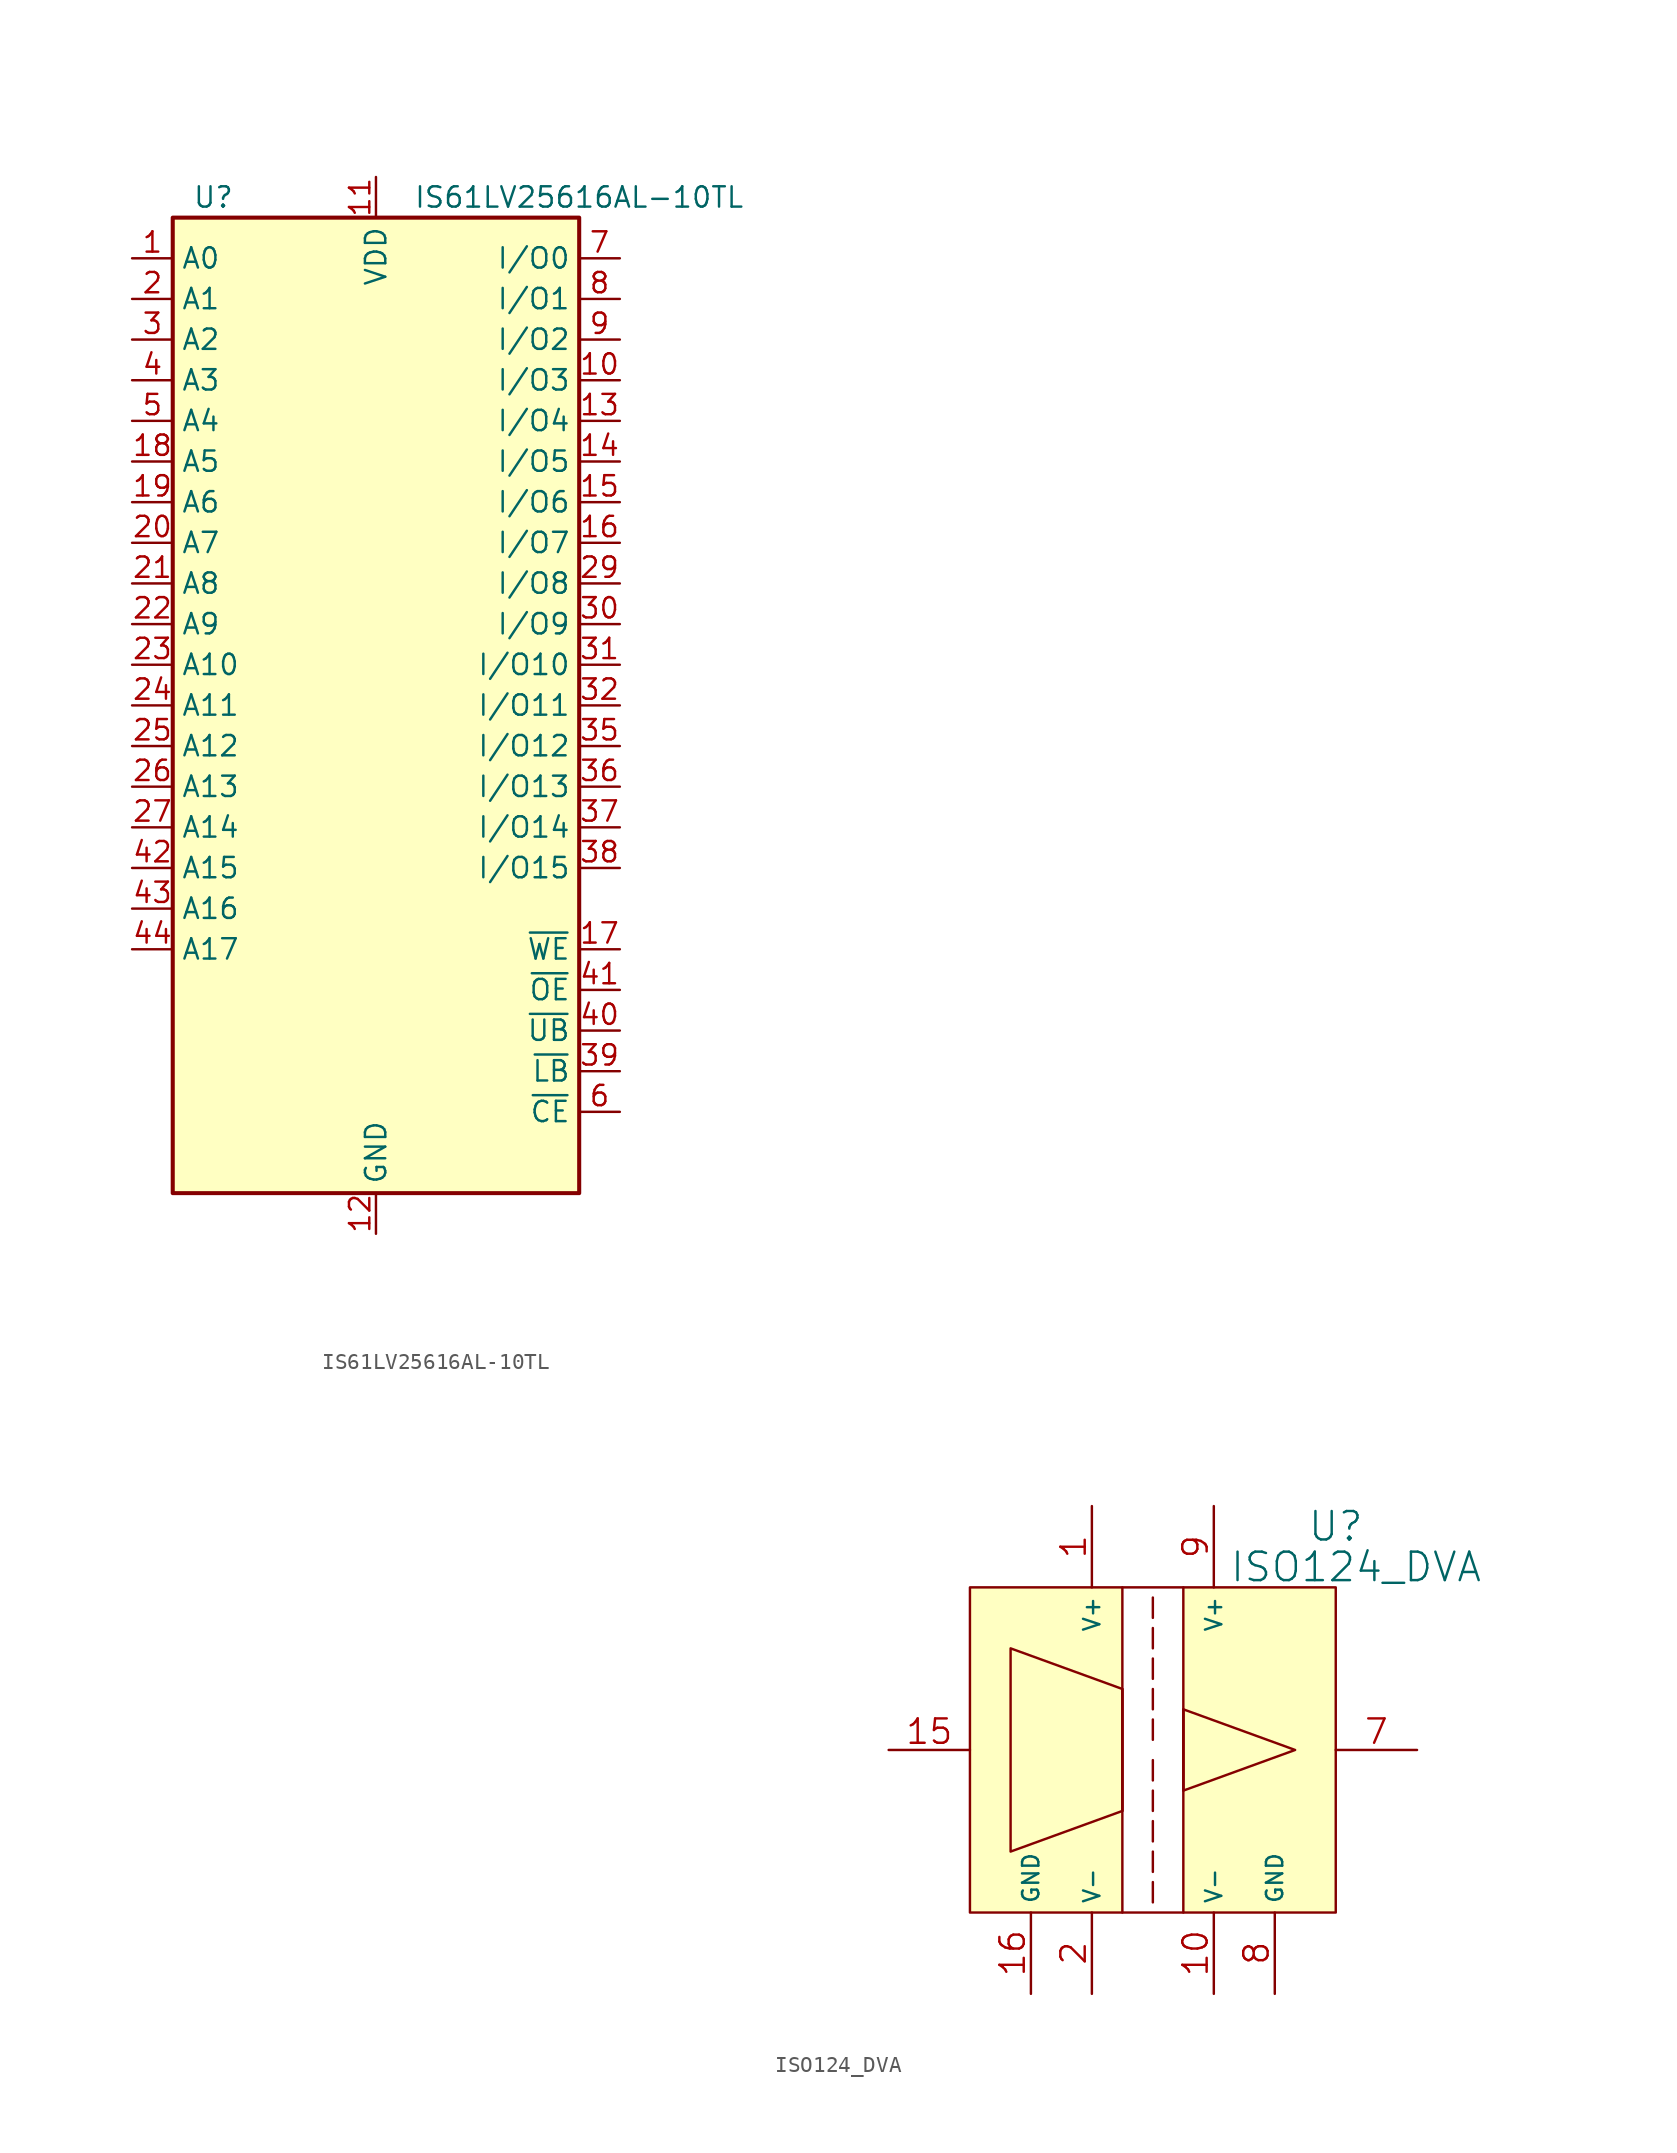
<source format=kicad_sym>
(kicad_symbol_lib
  (version 20220914)
  (generator kicad_symbol_editor)
  (symbol "IS61LV25616AL-10TL"
    (property "Reference" "U"
      (at -10.16 31.75 0)
      (effects (font (size 1.27 1.27))))
    (property "Value" "IS61LV25616AL-10TL"
      (at 12.7 31.75 0)
      (effects (font (size 1.27 1.27))))
    (symbol "IS61LV25616AL-10TL_0_1"
      (rectangle (start -12.7 30.48) (end 12.7 -30.48) (stroke (width 0.254) (type default)) (fill (type background))))
    (symbol "IS61LV25616AL-10TL_1_1"
      (pin input line (at -15.24 27.94 0) (length 2.54) (name "A0" (effects (font (size 1.27 1.27)))) (number "1" (effects (font (size 1.27 1.27)))))
      (pin bidirectional line (at 15.24 20.32 180) (length 2.54) (name "I/O3" (effects (font (size 1.27 1.27)))) (number "10" (effects (font (size 1.27 1.27)))))
      (pin power_in line (at 0 33.02 270) (length 2.54) (name "VDD" (effects (font (size 1.27 1.27)))) (number "11" (effects (font (size 1.27 1.27)))))
      (pin power_in line (at 0 -33.02 90) (length 2.54) (name "GND" (effects (font (size 1.27 1.27)))) (number "12" (effects (font (size 1.27 1.27)))))
      (pin bidirectional line (at 15.24 17.78 180) (length 2.54) (name "I/O4" (effects (font (size 1.27 1.27)))) (number "13" (effects (font (size 1.27 1.27)))))
      (pin bidirectional line (at 15.24 15.24 180) (length 2.54) (name "I/O5" (effects (font (size 1.27 1.27)))) (number "14" (effects (font (size 1.27 1.27)))))
      (pin bidirectional line (at 15.24 12.7 180) (length 2.54) (name "I/O6" (effects (font (size 1.27 1.27)))) (number "15" (effects (font (size 1.27 1.27)))))
      (pin bidirectional line (at 15.24 10.16 180) (length 2.54) (name "I/O7" (effects (font (size 1.27 1.27)))) (number "16" (effects (font (size 1.27 1.27)))))
      (pin input line (at 15.24 -15.24 180) (length 2.54) (name "~{WE}" (effects (font (size 1.27 1.27)))) (number "17" (effects (font (size 1.27 1.27)))))
      (pin input line (at -15.24 15.24 0) (length 2.54) (name "A5" (effects (font (size 1.27 1.27)))) (number "18" (effects (font (size 1.27 1.27)))))
      (pin input line (at -15.24 12.7 0) (length 2.54) (name "A6" (effects (font (size 1.27 1.27)))) (number "19" (effects (font (size 1.27 1.27)))))
      (pin input line (at -15.24 25.4 0) (length 2.54) (name "A1" (effects (font (size 1.27 1.27)))) (number "2" (effects (font (size 1.27 1.27)))))
      (pin input line (at -15.24 10.16 0) (length 2.54) (name "A7" (effects (font (size 1.27 1.27)))) (number "20" (effects (font (size 1.27 1.27)))))
      (pin input line (at -15.24 7.62 0) (length 2.54) (name "A8" (effects (font (size 1.27 1.27)))) (number "21" (effects (font (size 1.27 1.27)))))
      (pin input line (at -15.24 5.08 0) (length 2.54) (name "A9" (effects (font (size 1.27 1.27)))) (number "22" (effects (font (size 1.27 1.27)))))
      (pin input line (at -15.24 2.54 0) (length 2.54) (name "A10" (effects (font (size 1.27 1.27)))) (number "23" (effects (font (size 1.27 1.27)))))
      (pin input line (at -15.24 0 0) (length 2.54) (name "A11" (effects (font (size 1.27 1.27)))) (number "24" (effects (font (size 1.27 1.27)))))
      (pin input line (at -15.24 -2.54 0) (length 2.54) (name "A12" (effects (font (size 1.27 1.27)))) (number "25" (effects (font (size 1.27 1.27)))))
      (pin input line (at -15.24 -5.08 0) (length 2.54) (name "A13" (effects (font (size 1.27 1.27)))) (number "26" (effects (font (size 1.27 1.27)))))
      (pin input line (at -15.24 -7.62 0) (length 2.54) (name "A14" (effects (font (size 1.27 1.27)))) (number "27" (effects (font (size 1.27 1.27)))))
      (pin no_connect line (at -12.7 -25.4 0) (length 2.54) hide (name "NC" (effects (font (size 1.27 1.27)))) (number "28" (effects (font (size 1.27 1.27)))))
      (pin bidirectional line (at 15.24 7.62 180) (length 2.54) (name "I/O8" (effects (font (size 1.27 1.27)))) (number "29" (effects (font (size 1.27 1.27)))))
      (pin input line (at -15.24 22.86 0) (length 2.54) (name "A2" (effects (font (size 1.27 1.27)))) (number "3" (effects (font (size 1.27 1.27)))))
      (pin bidirectional line (at 15.24 5.08 180) (length 2.54) (name "I/O9" (effects (font (size 1.27 1.27)))) (number "30" (effects (font (size 1.27 1.27)))))
      (pin bidirectional line (at 15.24 2.54 180) (length 2.54) (name "I/O10" (effects (font (size 1.27 1.27)))) (number "31" (effects (font (size 1.27 1.27)))))
      (pin bidirectional line (at 15.24 0 180) (length 2.54) (name "I/O11" (effects (font (size 1.27 1.27)))) (number "32" (effects (font (size 1.27 1.27)))))
      (pin passive line (at 0 33.02 270) (length 2.54) hide (name "VDD" (effects (font (size 1.27 1.27)))) (number "33" (effects (font (size 1.27 1.27)))))
      (pin passive line (at 0 -33.02 90) (length 2.54) hide (name "GND" (effects (font (size 1.27 1.27)))) (number "34" (effects (font (size 1.27 1.27)))))
      (pin bidirectional line (at 15.24 -2.54 180) (length 2.54) (name "I/O12" (effects (font (size 1.27 1.27)))) (number "35" (effects (font (size 1.27 1.27)))))
      (pin bidirectional line (at 15.24 -5.08 180) (length 2.54) (name "I/O13" (effects (font (size 1.27 1.27)))) (number "36" (effects (font (size 1.27 1.27)))))
      (pin bidirectional line (at 15.24 -7.62 180) (length 2.54) (name "I/O14" (effects (font (size 1.27 1.27)))) (number "37" (effects (font (size 1.27 1.27)))))
      (pin bidirectional line (at 15.24 -10.16 180) (length 2.54) (name "I/O15" (effects (font (size 1.27 1.27)))) (number "38" (effects (font (size 1.27 1.27)))))
      (pin input line (at 15.24 -22.86 180) (length 2.54) (name "~{LB}" (effects (font (size 1.27 1.27)))) (number "39" (effects (font (size 1.27 1.27)))))
      (pin input line (at -15.24 20.32 0) (length 2.54) (name "A3" (effects (font (size 1.27 1.27)))) (number "4" (effects (font (size 1.27 1.27)))))
      (pin input line (at 15.24 -20.32 180) (length 2.54) (name "~{UB}" (effects (font (size 1.27 1.27)))) (number "40" (effects (font (size 1.27 1.27)))))
      (pin input line (at 15.24 -17.78 180) (length 2.54) (name "~{OE}" (effects (font (size 1.27 1.27)))) (number "41" (effects (font (size 1.27 1.27)))))
      (pin input line (at -15.24 -10.16 0) (length 2.54) (name "A15" (effects (font (size 1.27 1.27)))) (number "42" (effects (font (size 1.27 1.27)))))
      (pin input line (at -15.24 -12.7 0) (length 2.54) (name "A16" (effects (font (size 1.27 1.27)))) (number "43" (effects (font (size 1.27 1.27)))))
      (pin input line (at -15.24 -15.24 0) (length 2.54) (name "A17" (effects (font (size 1.27 1.27)))) (number "44" (effects (font (size 1.27 1.27)))))
      (pin input line (at -15.24 17.78 0) (length 2.54) (name "A4" (effects (font (size 1.27 1.27)))) (number "5" (effects (font (size 1.27 1.27)))))
      (pin input line (at 15.24 -25.4 180) (length 2.54) (name "~{CE}" (effects (font (size 1.27 1.27)))) (number "6" (effects (font (size 1.27 1.27)))))
      (pin bidirectional line (at 15.24 27.94 180) (length 2.54) (name "I/O0" (effects (font (size 1.27 1.27)))) (number "7" (effects (font (size 1.27 1.27)))))
      (pin bidirectional line (at 15.24 25.4 180) (length 2.54) (name "I/O1" (effects (font (size 1.27 1.27)))) (number "8" (effects (font (size 1.27 1.27)))))
      (pin bidirectional line (at 15.24 22.86 180) (length 2.54) (name "I/O2" (effects (font (size 1.27 1.27)))) (number "9" (effects (font (size 1.27 1.27)))))))
  (symbol "ISO124_DVA"
    (property "Reference" "U"
      (at 11.43 13.97 0)
      (effects (font (size 1.778 1.778))))
    (property "Value" "ISO124_DVA"
      (at 12.7 11.43 0)
      (effects (font (size 1.778 1.778))))
    (property "Footprint" ""
      (at -59.69 -6.35 0)
      (effects (font (size 1.524 1.524))))
    (property "Datasheet" ""
      (at -59.69 -6.35 0)
      (effects (font (size 1.524 1.524))))
    (symbol "ISO124_DVA_0_1"
      (rectangle (start -11.43 10.16) (end -1.905 -10.16) (stroke (width 0) (type default)) (fill (type background)))
      (polyline (pts (xy -1.905 -10.16) (xy 1.905 -10.16)) (stroke (width 0) (type default)) (fill (type none)))
      (polyline (pts (xy -1.905 3.81) (xy -1.905 -3.81)) (stroke (width 0) (type default)) (fill (type none)))
      (polyline (pts (xy -1.905 10.16) (xy 1.905 10.16)) (stroke (width 0) (type default)) (fill (type none)))
      (polyline (pts (xy 0 -8.255) (xy 0 -9.525)) (stroke (width 0) (type default)) (fill (type none)))
      (polyline (pts (xy 0 -6.35) (xy 0 -7.62)) (stroke (width 0) (type default)) (fill (type none)))
      (polyline (pts (xy 0 -4.445) (xy 0 -5.715)) (stroke (width 0) (type default)) (fill (type none)))
      (polyline (pts (xy 0 -2.54) (xy 0 -3.81)) (stroke (width 0) (type default)) (fill (type none)))
      (polyline (pts (xy 0 -0.635) (xy 0 -1.905)) (stroke (width 0) (type default)) (fill (type none)))
      (polyline (pts (xy 0 1.905) (xy 0 0.635)) (stroke (width 0) (type default)) (fill (type none)))
      (polyline (pts (xy 0 3.81) (xy 0 2.54)) (stroke (width 0) (type default)) (fill (type none)))
      (polyline (pts (xy 0 5.715) (xy 0 4.445)) (stroke (width 0) (type default)) (fill (type none)))
      (polyline (pts (xy 0 7.62) (xy 0 6.35)) (stroke (width 0) (type default)) (fill (type none)))
      (polyline (pts (xy 0 9.525) (xy 0 8.255)) (stroke (width 0) (type default)) (fill (type none)))
      (polyline (pts (xy 1.905 2.54) (xy 1.905 -2.54)) (stroke (width 0) (type default)) (fill (type none)))
      (polyline (pts (xy 1.905 2.54) (xy 8.89 0) (xy 1.905 -2.54) (xy 1.905 2.54)) (stroke (width 0) (type default)) (fill (type none)))
      (polyline (pts (xy -8.89 6.35) (xy -1.905 3.81) (xy -1.905 -3.81) (xy -8.89 -6.35) (xy -8.89 6.35)) (stroke (width 0) (type default)) (fill (type none)))
      (rectangle (start 1.905 10.16) (end 11.43 -10.16) (stroke (width 0) (type default)) (fill (type background))))
    (symbol "ISO124_DVA_1_1"
      (pin passive line (at -3.81 15.24 270) (length 5.08) (name "V+" (effects (font (size 1.016 1.016)))) (number "1" (effects (font (size 1.524 1.524)))))
      (pin passive line (at 3.81 -15.24 90) (length 5.08) (name "V-" (effects (font (size 1.016 1.016)))) (number "10" (effects (font (size 1.524 1.524)))))
      (pin input line (at -16.51 0 0) (length 5.08) (name "~" (effects (font (size 1.016 1.016)))) (number "15" (effects (font (size 1.524 1.524)))))
      (pin passive line (at -7.62 -15.24 90) (length 5.08) (name "GND" (effects (font (size 1.016 1.016)))) (number "16" (effects (font (size 1.524 1.524)))))
      (pin passive line (at -3.81 -15.24 90) (length 5.08) (name "V-" (effects (font (size 1.016 1.016)))) (number "2" (effects (font (size 1.524 1.524)))))
      (pin output line (at 16.51 0 180) (length 5.08) (name "~" (effects (font (size 1.016 1.016)))) (number "7" (effects (font (size 1.524 1.524)))))
      (pin passive line (at 7.62 -15.24 90) (length 5.08) (name "GND" (effects (font (size 1.016 1.016)))) (number "8" (effects (font (size 1.524 1.524)))))
      (pin passive line (at 3.81 15.24 270) (length 5.08) (name "V+" (effects (font (size 1.016 1.016)))) (number "9" (effects (font (size 1.524 1.524))))))))
</source>
